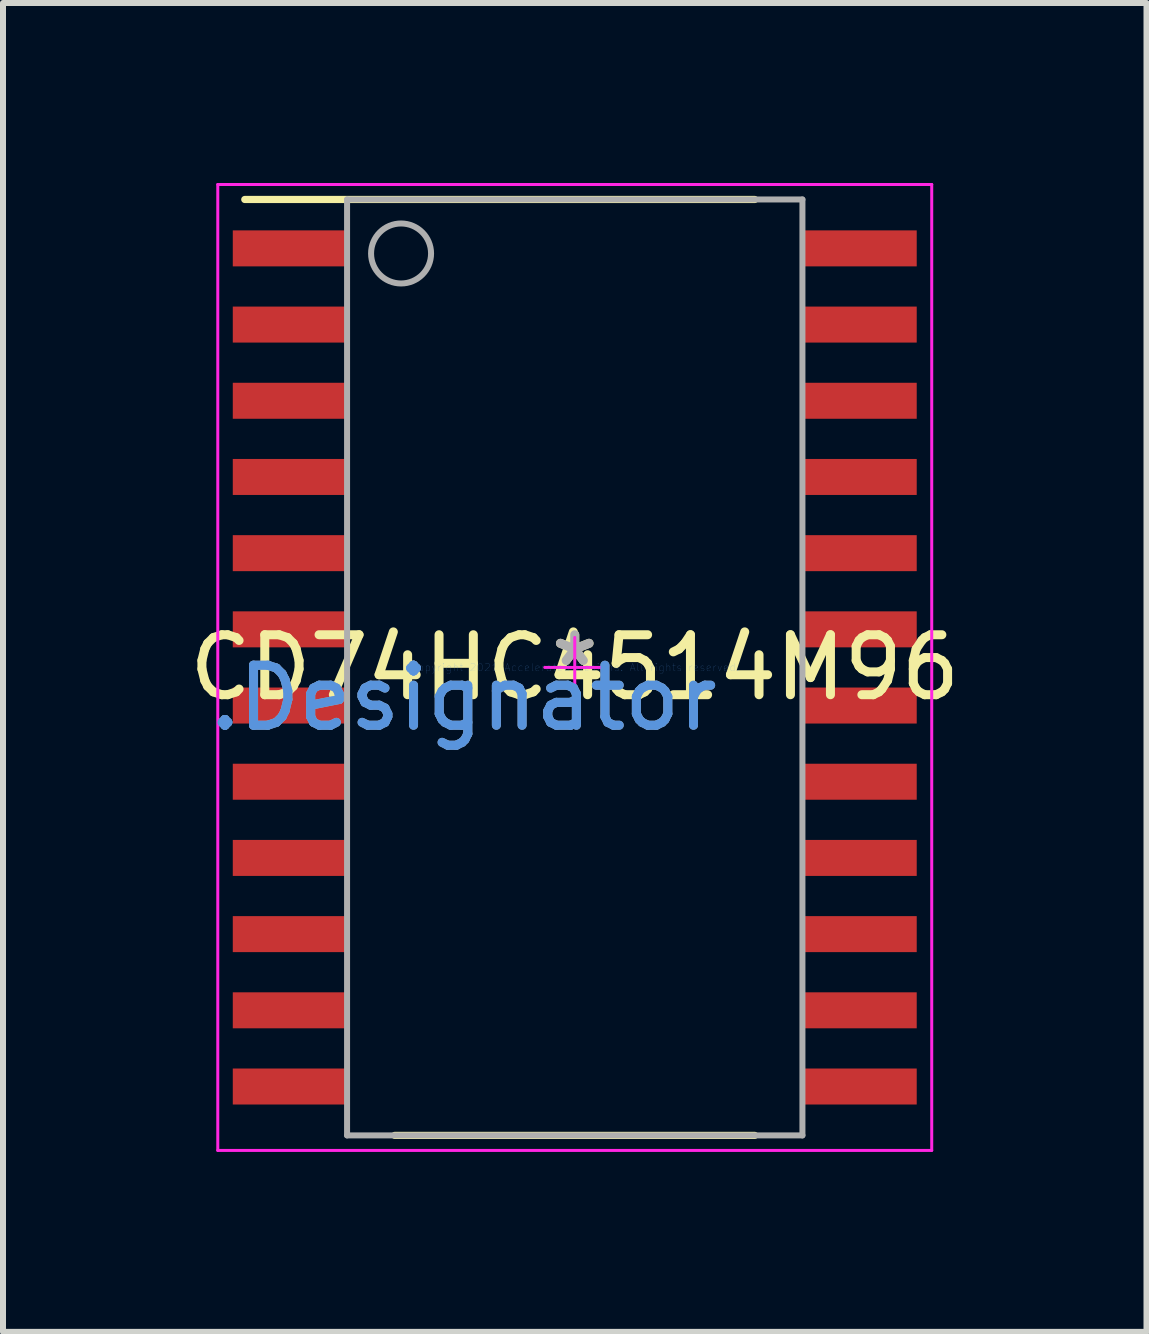
<source format=kicad_pcb>
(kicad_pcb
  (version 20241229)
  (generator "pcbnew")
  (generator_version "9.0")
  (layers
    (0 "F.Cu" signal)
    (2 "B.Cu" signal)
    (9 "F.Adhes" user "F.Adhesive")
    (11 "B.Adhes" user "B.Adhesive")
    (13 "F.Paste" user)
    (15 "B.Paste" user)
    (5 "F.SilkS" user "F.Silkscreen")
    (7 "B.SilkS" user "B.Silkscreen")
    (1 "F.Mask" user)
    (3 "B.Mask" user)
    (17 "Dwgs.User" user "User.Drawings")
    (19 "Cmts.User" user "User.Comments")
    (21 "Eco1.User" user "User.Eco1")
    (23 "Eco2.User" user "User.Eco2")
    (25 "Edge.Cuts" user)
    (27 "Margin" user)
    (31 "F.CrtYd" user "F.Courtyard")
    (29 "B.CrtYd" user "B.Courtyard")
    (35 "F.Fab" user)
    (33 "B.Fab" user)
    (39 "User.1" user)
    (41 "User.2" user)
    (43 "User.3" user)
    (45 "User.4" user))
  (footprint "CD74HC4514M96"
    (layer "F.Cu")
    (at 6.53 8.075)
    (property "Reference" "CD74HC4514M96" (at 0 0 0) (layer "F.SilkS") (effects (font (size 1 1) (thickness 0.15))))
    (attr through_hole)
    (fp_line (start -5.5 -7.8) (end 3 -7.8) (stroke (width 0.12) (type solid)) (layer "F.SilkS"))
    (fp_line (start -3 7.8) (end 3 7.8) (stroke (width 0.12) (type solid)) (layer "F.SilkS"))
    (fp_line (start -5.95 -8.05) (end 5.95 -8.05) (stroke (width 0.05) (type solid)) (layer "F.CrtYd"))
    (fp_line (start -5.95 8.05) (end -5.95 -8.05) (stroke (width 0.05) (type solid)) (layer "F.CrtYd"))
    (fp_line (start -5.95 8.05) (end 5.95 8.05) (stroke (width 0.05) (type solid)) (layer "F.CrtYd"))
    (fp_line (start -0.5 0) (end 0.5 0) (stroke (width 0.05) (type solid)) (layer "F.CrtYd"))
    (fp_line (start 0.000003 0.5) (end 0.000003 -0.5) (stroke (width 0.05) (type solid)) (layer "F.CrtYd"))
    (fp_line (start 5.95 8.05) (end 5.95 -8.05) (stroke (width 0.05) (type solid)) (layer "F.CrtYd"))
    (fp_line (start -3.795 -7.8) (end 3.795 -7.8) (stroke (width 0.1) (type solid)) (layer "F.Fab"))
    (fp_line (start -3.795 7.8) (end -3.795 -7.8) (stroke (width 0.1) (type solid)) (layer "F.Fab"))
    (fp_line (start -3.795 7.8) (end 3.795 7.8) (stroke (width 0.1) (type solid)) (layer "F.Fab"))
    (fp_line (start 3.795 7.8) (end 3.795 -7.8) (stroke (width 0.1) (type solid)) (layer "F.Fab"))
    (fp_circle (center -2.895 -6.9) (end -2.395 -6.9) (stroke (width 0.1) (type solid)) (fill no) (layer "F.Fab"))
    (fp_text user "*" (at 0 0 0) (layer "F.SilkS") (effects (font (size 1 1) (thickness 0.15))))
    (fp_text user ".Designator" (at -1.854 0.508 0) (layer "Cmts.User") (effects (font (size 1 1) (thickness 0.15))))
    (fp_text user "Copyright 2021 Accelerated Designs. All rights reserved." (at 0 0 0) (layer "Cmts.User") (effects (font (size 0.127 0.127) (thickness 0.002))))
    (fp_text user "*" (at 0 0 0) (layer "F.Fab") (effects (font (size 1 1) (thickness 0.15))))
    (fp_text user ".Designator" (at -1.854 0.508 0) (layer "F.Fab") (effects (font (size 1 1) (thickness 0.15))))
    (pad "1" smd rect (at -4.75 -6.985 90) (size 0.6 1.9) (layers "F.Cu" "F.Mask" "F.Paste"))
    (pad "2" smd rect (at -4.75 -5.715 90) (size 0.6 1.9) (layers "F.Cu" "F.Mask" "F.Paste"))
    (pad "3" smd rect (at -4.75 -4.445 90) (size 0.6 1.9) (layers "F.Cu" "F.Mask" "F.Paste"))
    (pad "4" smd rect (at -4.75 -3.175 90) (size 0.6 1.9) (layers "F.Cu" "F.Mask" "F.Paste"))
    (pad "5" smd rect (at -4.75 -1.905 90) (size 0.6 1.9) (layers "F.Cu" "F.Mask" "F.Paste"))
    (pad "6" smd rect (at -4.75 -0.635 90) (size 0.6 1.9) (layers "F.Cu" "F.Mask" "F.Paste"))
    (pad "7" smd rect (at -4.75 0.635 90) (size 0.6 1.9) (layers "F.Cu" "F.Mask" "F.Paste"))
    (pad "8" smd rect (at -4.75 1.905 90) (size 0.6 1.9) (layers "F.Cu" "F.Mask" "F.Paste"))
    (pad "9" smd rect (at -4.75 3.175 90) (size 0.6 1.9) (layers "F.Cu" "F.Mask" "F.Paste"))
    (pad "10" smd rect (at -4.75 4.445 90) (size 0.6 1.9) (layers "F.Cu" "F.Mask" "F.Paste"))
    (pad "11" smd rect (at -4.75 5.715 90) (size 0.6 1.9) (layers "F.Cu" "F.Mask" "F.Paste"))
    (pad "12" smd rect (at -4.75 6.985 90) (size 0.6 1.9) (layers "F.Cu" "F.Mask" "F.Paste"))
    (pad "13" smd rect (at 4.75 6.985 90) (size 0.6 1.9) (layers "F.Cu" "F.Mask" "F.Paste"))
    (pad "14" smd rect (at 4.75 5.715 90) (size 0.6 1.9) (layers "F.Cu" "F.Mask" "F.Paste"))
    (pad "15" smd rect (at 4.75 4.445 90) (size 0.6 1.9) (layers "F.Cu" "F.Mask" "F.Paste"))
    (pad "16" smd rect (at 4.75 3.175 90) (size 0.6 1.9) (layers "F.Cu" "F.Mask" "F.Paste"))
    (pad "17" smd rect (at 4.75 1.905 90) (size 0.6 1.9) (layers "F.Cu" "F.Mask" "F.Paste"))
    (pad "18" smd rect (at 4.75 0.635 90) (size 0.6 1.9) (layers "F.Cu" "F.Mask" "F.Paste"))
    (pad "19" smd rect (at 4.75 -0.635 90) (size 0.6 1.9) (layers "F.Cu" "F.Mask" "F.Paste"))
    (pad "20" smd rect (at 4.75 -1.905 90) (size 0.6 1.9) (layers "F.Cu" "F.Mask" "F.Paste"))
    (pad "21" smd rect (at 4.75 -3.175 90) (size 0.6 1.9) (layers "F.Cu" "F.Mask" "F.Paste"))
    (pad "22" smd rect (at 4.75 -4.445 90) (size 0.6 1.9) (layers "F.Cu" "F.Mask" "F.Paste"))
    (pad "23" smd rect (at 4.75 -5.715 90) (size 0.6 1.9) (layers "F.Cu" "F.Mask" "F.Paste"))
    (pad "24" smd rect (at 4.75 -6.985 90) (size 0.6 1.9) (layers "F.Cu" "F.Mask" "F.Paste")))
  (gr_rect
    (start -3 -3)
    (end 16.06 19.15)
    (stroke (width 0.1) (type default))
    (fill no)
    (layer "Edge.Cuts")))
</source>
